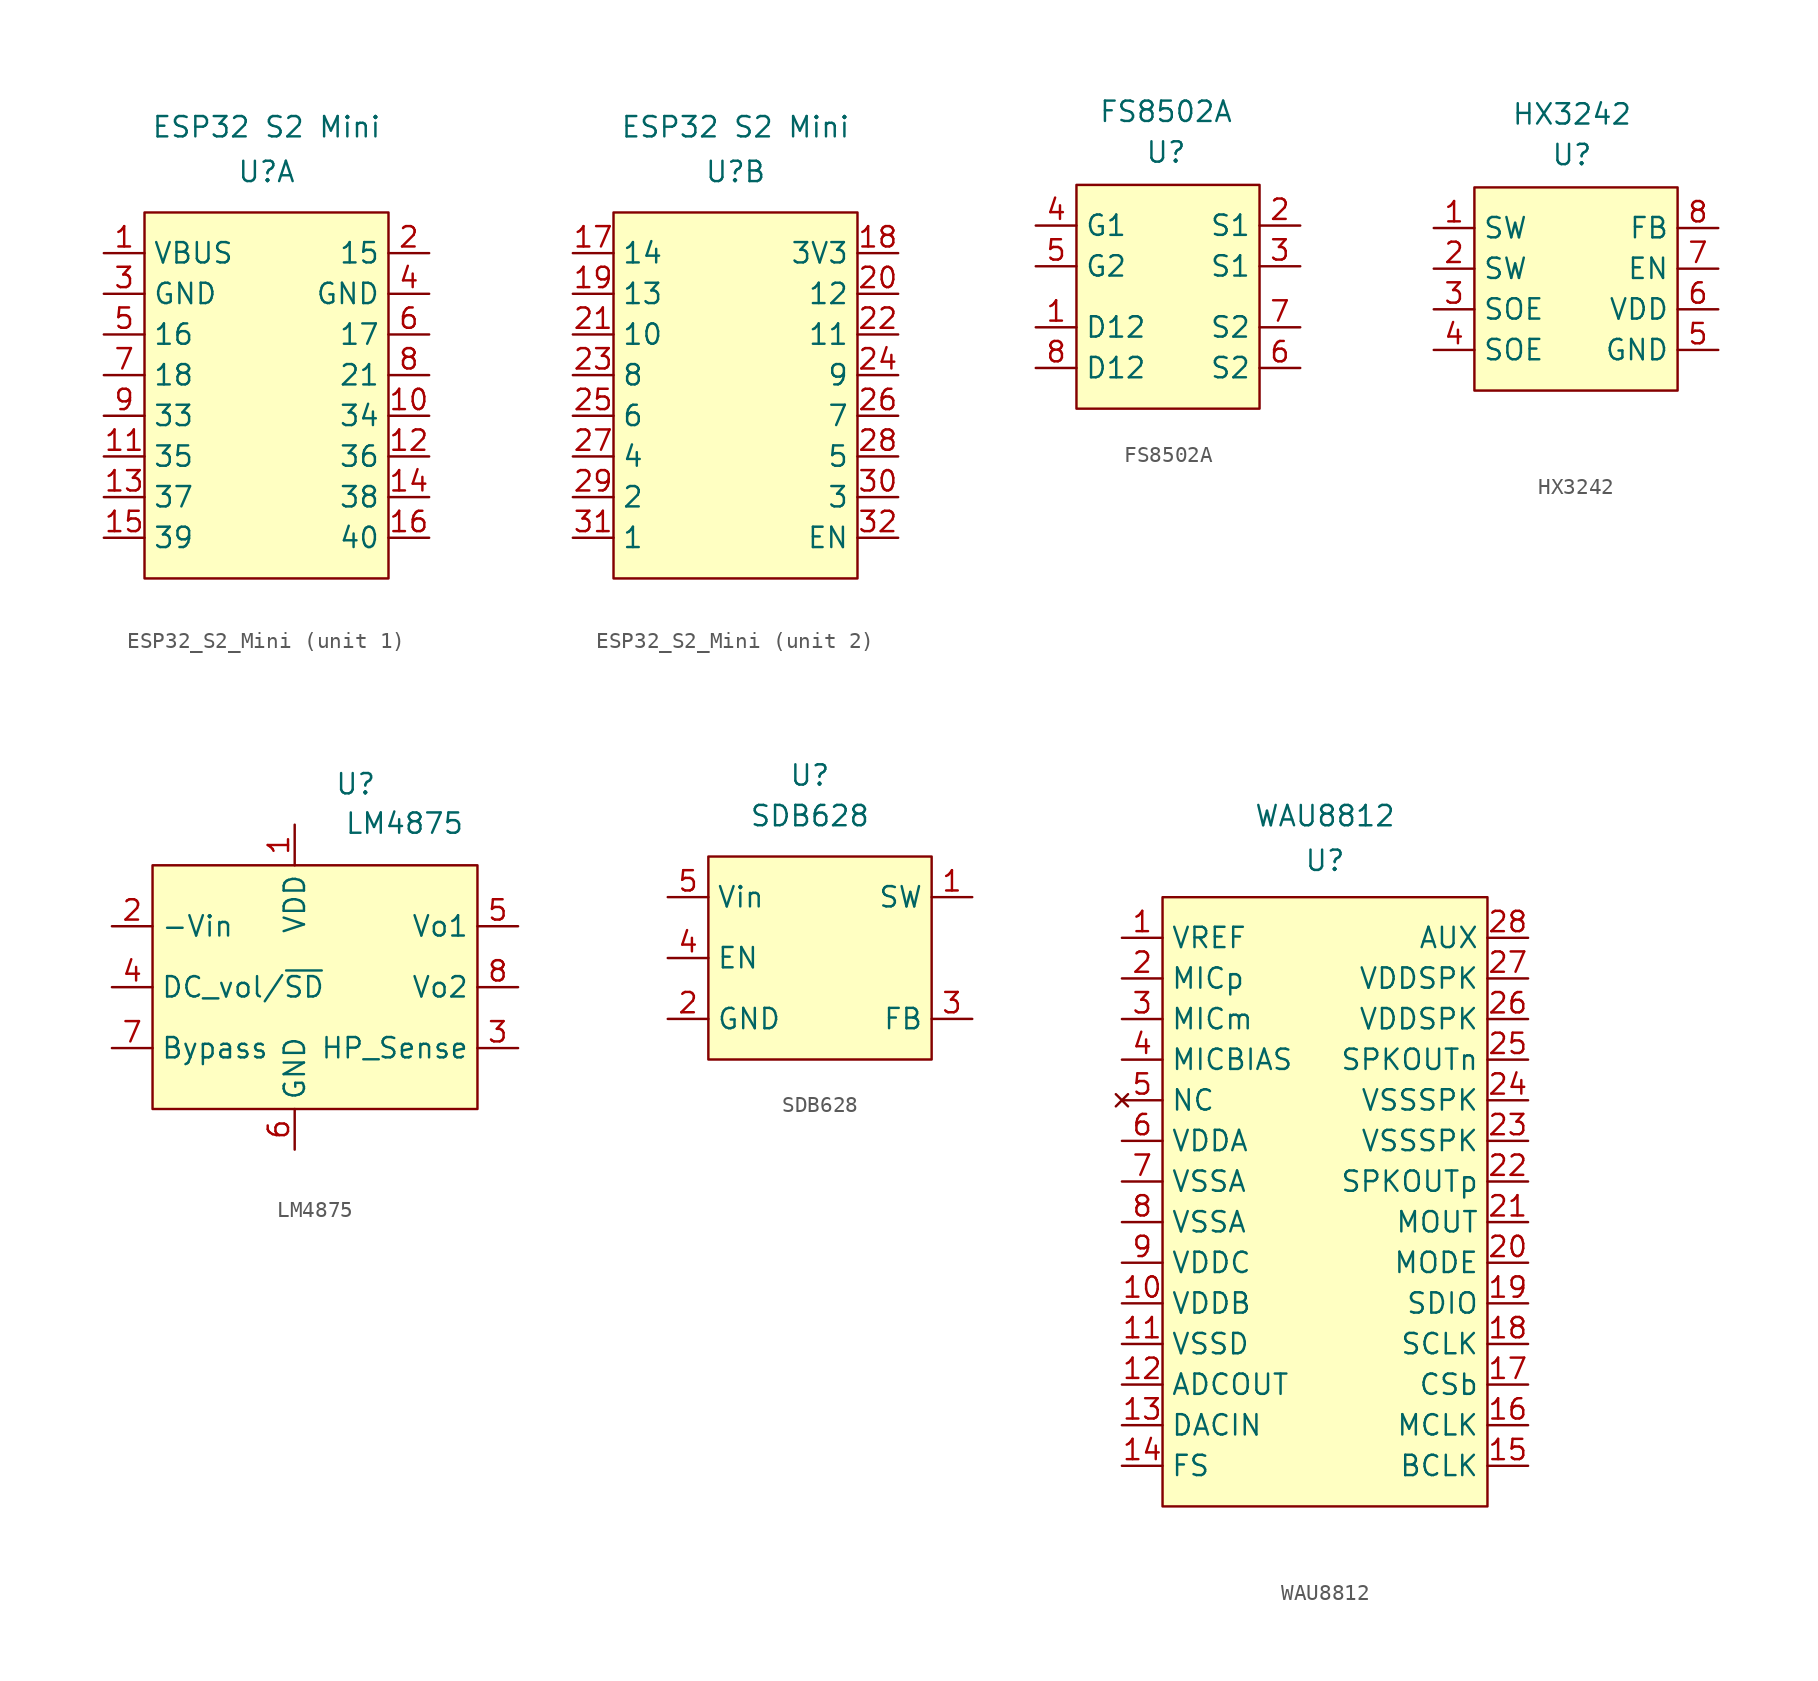
<source format=kicad_sym>
(kicad_symbol_lib
  (version 20241209)
  (generator "kicad_symbol_editor")
  (generator_version "9.0")
  (symbol "ESP32_S2_Mini"
    (property "Reference" "U"
      (at 0 0 0)
      (effects (font (size 1.27 1.27))))
    (property "Value" "ESP32 S2 Mini"
      (at 0 2.794 0)
      (effects (font (size 1.27 1.27))))
    (property "ki_locked" ""
      (at 0 0 0)
      (effects (font (size 1.27 1.27))))
    (symbol "ESP32_S2_Mini_1_1"
      (rectangle (start -7.62 -2.54) (end 7.62 -25.4) (stroke (width 0) (type solid)) (fill (type background)))
      (pin power_in line (at -10.16 -5.08 0) (length 2.54) (name "VBUS" (effects (font (size 1.27 1.27)))) (number "1" (effects (font (size 1.27 1.27)))))
      (pin power_in line (at -10.16 -7.62 0) (length 2.54) (name "GND" (effects (font (size 1.27 1.27)))) (number "3" (effects (font (size 1.27 1.27)))))
      (pin passive line (at -10.16 -10.16 0) (length 2.54) (name "16" (effects (font (size 1.27 1.27)))) (number "5" (effects (font (size 1.27 1.27)))))
      (pin passive line (at -10.16 -12.7 0) (length 2.54) (name "18" (effects (font (size 1.27 1.27)))) (number "7" (effects (font (size 1.27 1.27)))))
      (pin passive line (at -10.16 -15.24 0) (length 2.54) (name "33" (effects (font (size 1.27 1.27)))) (number "9" (effects (font (size 1.27 1.27)))))
      (pin passive line (at -10.16 -17.78 0) (length 2.54) (name "35" (effects (font (size 1.27 1.27)))) (number "11" (effects (font (size 1.27 1.27)))))
      (pin passive line (at -10.16 -20.32 0) (length 2.54) (name "37" (effects (font (size 1.27 1.27)))) (number "13" (effects (font (size 1.27 1.27)))))
      (pin passive line (at -10.16 -22.86 0) (length 2.54) (name "39" (effects (font (size 1.27 1.27)))) (number "15" (effects (font (size 1.27 1.27)))))
      (pin passive line (at 10.16 -5.08 180) (length 2.54) (name "15" (effects (font (size 1.27 1.27)))) (number "2" (effects (font (size 1.27 1.27)))))
      (pin power_in line (at 10.16 -7.62 180) (length 2.54) (name "GND" (effects (font (size 1.27 1.27)))) (number "4" (effects (font (size 1.27 1.27)))))
      (pin passive line (at 10.16 -10.16 180) (length 2.54) (name "17" (effects (font (size 1.27 1.27)))) (number "6" (effects (font (size 1.27 1.27)))))
      (pin passive line (at 10.16 -12.7 180) (length 2.54) (name "21" (effects (font (size 1.27 1.27)))) (number "8" (effects (font (size 1.27 1.27)))))
      (pin passive line (at 10.16 -15.24 180) (length 2.54) (name "34" (effects (font (size 1.27 1.27)))) (number "10" (effects (font (size 1.27 1.27)))))
      (pin passive line (at 10.16 -17.78 180) (length 2.54) (name "36" (effects (font (size 1.27 1.27)))) (number "12" (effects (font (size 1.27 1.27)))))
      (pin passive line (at 10.16 -20.32 180) (length 2.54) (name "38" (effects (font (size 1.27 1.27)))) (number "14" (effects (font (size 1.27 1.27)))))
      (pin passive line (at 10.16 -22.86 180) (length 2.54) (name "40" (effects (font (size 1.27 1.27)))) (number "16" (effects (font (size 1.27 1.27))))))
    (symbol "ESP32_S2_Mini_2_1"
      (rectangle (start -7.62 -2.54) (end 7.62 -25.4) (stroke (width 0) (type solid)) (fill (type background)))
      (pin passive line (at -10.16 -5.08 0) (length 2.54) (name "14" (effects (font (size 1.27 1.27)))) (number "17" (effects (font (size 1.27 1.27)))))
      (pin passive line (at -10.16 -7.62 0) (length 2.54) (name "13" (effects (font (size 1.27 1.27)))) (number "19" (effects (font (size 1.27 1.27)))))
      (pin passive line (at -10.16 -10.16 0) (length 2.54) (name "10" (effects (font (size 1.27 1.27)))) (number "21" (effects (font (size 1.27 1.27)))))
      (pin passive line (at -10.16 -12.7 0) (length 2.54) (name "8" (effects (font (size 1.27 1.27)))) (number "23" (effects (font (size 1.27 1.27)))))
      (pin passive line (at -10.16 -15.24 0) (length 2.54) (name "6" (effects (font (size 1.27 1.27)))) (number "25" (effects (font (size 1.27 1.27)))))
      (pin passive line (at -10.16 -17.78 0) (length 2.54) (name "4" (effects (font (size 1.27 1.27)))) (number "27" (effects (font (size 1.27 1.27)))))
      (pin passive line (at -10.16 -20.32 0) (length 2.54) (name "2" (effects (font (size 1.27 1.27)))) (number "29" (effects (font (size 1.27 1.27)))))
      (pin passive line (at -10.16 -22.86 0) (length 2.54) (name "1" (effects (font (size 1.27 1.27)))) (number "31" (effects (font (size 1.27 1.27)))))
      (pin power_in line (at 10.16 -5.08 180) (length 2.54) (name "3V3" (effects (font (size 1.27 1.27)))) (number "18" (effects (font (size 1.27 1.27)))))
      (pin passive line (at 10.16 -7.62 180) (length 2.54) (name "12" (effects (font (size 1.27 1.27)))) (number "20" (effects (font (size 1.27 1.27)))))
      (pin passive line (at 10.16 -10.16 180) (length 2.54) (name "11" (effects (font (size 1.27 1.27)))) (number "22" (effects (font (size 1.27 1.27)))))
      (pin passive line (at 10.16 -12.7 180) (length 2.54) (name "9" (effects (font (size 1.27 1.27)))) (number "24" (effects (font (size 1.27 1.27)))))
      (pin passive line (at 10.16 -15.24 180) (length 2.54) (name "7" (effects (font (size 1.27 1.27)))) (number "26" (effects (font (size 1.27 1.27)))))
      (pin passive line (at 10.16 -17.78 180) (length 2.54) (name "5" (effects (font (size 1.27 1.27)))) (number "28" (effects (font (size 1.27 1.27)))))
      (pin passive line (at 10.16 -20.32 180) (length 2.54) (name "3" (effects (font (size 1.27 1.27)))) (number "30" (effects (font (size 1.27 1.27)))))
      (pin passive line (at 10.16 -22.86 180) (length 2.54) (name "EN" (effects (font (size 1.27 1.27)))) (number "32" (effects (font (size 1.27 1.27)))))))
  (symbol "FS8502A"
    (property "Reference" "U"
      (at 1.778 0.762 0)
      (effects (font (size 1.27 1.27))))
    (property "Value" "FS8502A"
      (at 1.778 3.302 0)
      (effects (font (size 1.27 1.27))))
    (symbol "FS8502A_1_1"
      (rectangle (start -3.81 -1.27) (end 7.62 -15.24) (stroke (width 0) (type default)) (fill (type background)))
      (pin input line (at -6.35 -3.81 0) (length 2.54) (name "G1" (effects (font (size 1.27 1.27)))) (number "4" (effects (font (size 1.27 1.27)))))
      (pin input line (at -6.35 -6.35 0) (length 2.54) (name "G2" (effects (font (size 1.27 1.27)))) (number "5" (effects (font (size 1.27 1.27)))))
      (pin passive line (at -6.35 -10.16 0) (length 2.54) (name "D12" (effects (font (size 1.27 1.27)))) (number "1" (effects (font (size 1.27 1.27)))))
      (pin passive line (at -6.35 -12.7 0) (length 2.54) (name "D12" (effects (font (size 1.27 1.27)))) (number "8" (effects (font (size 1.27 1.27)))))
      (pin passive line (at 10.16 -3.81 180) (length 2.54) (name "S1" (effects (font (size 1.27 1.27)))) (number "2" (effects (font (size 1.27 1.27)))))
      (pin passive line (at 10.16 -6.35 180) (length 2.54) (name "S1" (effects (font (size 1.27 1.27)))) (number "3" (effects (font (size 1.27 1.27)))))
      (pin passive line (at 10.16 -10.16 180) (length 2.54) (name "S2" (effects (font (size 1.27 1.27)))) (number "7" (effects (font (size 1.27 1.27)))))
      (pin passive line (at 10.16 -12.7 180) (length 2.54) (name "S2" (effects (font (size 1.27 1.27)))) (number "6" (effects (font (size 1.27 1.27)))))))
  (symbol "HX3242"
    (property "Reference" "U"
      (at -0.254 0.762 0)
      (effects (font (size 1.27 1.27))))
    (property "Value" "HX3242"
      (at -0.254 3.302 0)
      (effects (font (size 1.27 1.27))))
    (symbol "HX3242_0_1"
      (rectangle (start -6.35 -1.27) (end 6.35 -13.97) (stroke (width 0) (type default)) (fill (type background))))
    (symbol "HX3242_1_1"
      (pin output line (at -8.89 -3.81 0) (length 2.54) (name "SW" (effects (font (size 1.27 1.27)))) (number "1" (effects (font (size 1.27 1.27)))))
      (pin output line (at -8.89 -6.35 0) (length 2.54) (name "SW" (effects (font (size 1.27 1.27)))) (number "2" (effects (font (size 1.27 1.27)))))
      (pin input line (at -8.89 -8.89 0) (length 2.54) (name "SOE" (effects (font (size 1.27 1.27)))) (number "3" (effects (font (size 1.27 1.27)))))
      (pin input line (at -8.89 -11.43 0) (length 2.54) (name "SOE" (effects (font (size 1.27 1.27)))) (number "4" (effects (font (size 1.27 1.27)))))
      (pin output line (at 0 -16.51 90) (length 2.54) (hide yes) (name "SW" (effects (font (size 1.27 1.27)))) (number "9" (effects (font (size 1.27 1.27)))))
      (pin input line (at 8.89 -3.81 180) (length 2.54) (name "FB" (effects (font (size 1.27 1.27)))) (number "8" (effects (font (size 1.27 1.27)))))
      (pin input line (at 8.89 -6.35 180) (length 2.54) (name "EN" (effects (font (size 1.27 1.27)))) (number "7" (effects (font (size 1.27 1.27)))))
      (pin power_in line (at 8.89 -8.89 180) (length 2.54) (name "VDD" (effects (font (size 1.27 1.27)))) (number "6" (effects (font (size 1.27 1.27)))))
      (pin power_in line (at 8.89 -11.43 180) (length 2.54) (name "GND" (effects (font (size 1.27 1.27)))) (number "5" (effects (font (size 1.27 1.27)))))))
  (symbol "LM4875"
    (property "Reference" "U"
      (at 0 2.54 0)
      (effects (font (size 1.27 1.27))))
    (property "Value" "LM4875"
      (at 3.055 0.076 0)
      (effects (font (size 1.27 1.27))))
    (symbol "LM4875_1_1"
      (rectangle (start -12.7 -2.54) (end 7.62 -17.78) (stroke (width 0) (type default)) (fill (type background)))
      (pin input line (at -15.24 -6.35 0) (length 2.54) (name "-Vin" (effects (font (size 1.27 1.27)))) (number "2" (effects (font (size 1.27 1.27)))))
      (pin input line (at -15.24 -10.16 0) (length 2.54) (name "DC_vol/~{SD}" (effects (font (size 1.27 1.27)))) (number "4" (effects (font (size 1.27 1.27)))))
      (pin passive line (at -15.24 -13.97 0) (length 2.54) (name "Bypass" (effects (font (size 1.27 1.27)))) (number "7" (effects (font (size 1.27 1.27)))))
      (pin power_in line (at -3.81 0 270) (length 2.54) (name "VDD" (effects (font (size 1.27 1.27)))) (number "1" (effects (font (size 1.27 1.27)))))
      (pin power_in line (at -3.81 -20.32 90) (length 2.54) (name "GND" (effects (font (size 1.27 1.27)))) (number "6" (effects (font (size 1.27 1.27)))))
      (pin output line (at 10.16 -6.35 180) (length 2.54) (name "Vo1" (effects (font (size 1.27 1.27)))) (number "5" (effects (font (size 1.27 1.27)))))
      (pin output line (at 10.16 -10.16 180) (length 2.54) (name "Vo2" (effects (font (size 1.27 1.27)))) (number "8" (effects (font (size 1.27 1.27)))))
      (pin input line (at 10.16 -13.97 180) (length 2.54) (name "HP_Sense" (effects (font (size 1.27 1.27)))) (number "3" (effects (font (size 1.27 1.27)))))))
  (symbol "SDB628"
    (property "Reference" "U"
      (at 0 0 0)
      (effects (font (size 1.27 1.27))))
    (property "Value" "SDB628"
      (at 0 -2.54 0)
      (effects (font (size 1.27 1.27))))
    (symbol "SDB628_1_1"
      (rectangle (start -6.35 -5.08) (end 7.62 -17.78) (stroke (width 0) (type default)) (fill (type background)))
      (pin power_in line (at -8.89 -7.62 0) (length 2.54) (name "Vin" (effects (font (size 1.27 1.27)))) (number "5" (effects (font (size 1.27 1.27)))))
      (pin input line (at -8.89 -11.43 0) (length 2.54) (name "EN" (effects (font (size 1.27 1.27)))) (number "4" (effects (font (size 1.27 1.27)))))
      (pin power_in line (at -8.89 -15.24 0) (length 2.54) (name "GND" (effects (font (size 1.27 1.27)))) (number "2" (effects (font (size 1.27 1.27)))))
      (pin passive line (at 10.16 -7.62 180) (length 2.54) (name "SW" (effects (font (size 1.27 1.27)))) (number "1" (effects (font (size 1.27 1.27)))))
      (pin no_connect line (at 10.16 -11.43 180) (length 2.54) (hide yes) (name "NC" (effects (font (size 1.27 1.27)))) (number "6" (effects (font (size 1.27 1.27)))))
      (pin passive line (at 10.16 -15.24 180) (length 2.54) (name "FB" (effects (font (size 1.27 1.27)))) (number "3" (effects (font (size 1.27 1.27)))))))
  (symbol "WAU8812"
    (property "Reference" "U"
      (at 0 -1.524 0)
      (effects (font (size 1.27 1.27))))
    (property "Value" "WAU8812"
      (at 0 1.27 0)
      (effects (font (size 1.27 1.27))))
    (symbol "WAU8812_1_1"
      (rectangle (start -10.16 -3.81) (end 10.16 -41.91) (stroke (width 0) (type solid)) (fill (type background)))
      (pin passive line (at -12.7 -6.35 0) (length 2.54) (name "VREF" (effects (font (size 1.27 1.27)))) (number "1" (effects (font (size 1.27 1.27)))))
      (pin passive line (at -12.7 -8.89 0) (length 2.54) (name "MICp" (effects (font (size 1.27 1.27)))) (number "2" (effects (font (size 1.27 1.27)))))
      (pin passive line (at -12.7 -11.43 0) (length 2.54) (name "MICm" (effects (font (size 1.27 1.27)))) (number "3" (effects (font (size 1.27 1.27)))))
      (pin passive line (at -12.7 -13.97 0) (length 2.54) (name "MICBIAS" (effects (font (size 1.27 1.27)))) (number "4" (effects (font (size 1.27 1.27)))))
      (pin no_connect line (at -12.7 -16.51 0) (length 2.54) (name "NC" (effects (font (size 1.27 1.27)))) (number "5" (effects (font (size 1.27 1.27)))))
      (pin power_in line (at -12.7 -19.05 0) (length 2.54) (name "VDDA" (effects (font (size 1.27 1.27)))) (number "6" (effects (font (size 1.27 1.27)))))
      (pin power_in line (at -12.7 -21.59 0) (length 2.54) (name "VSSA" (effects (font (size 1.27 1.27)))) (number "7" (effects (font (size 1.27 1.27)))))
      (pin power_in line (at -12.7 -24.13 0) (length 2.54) (name "VSSA" (effects (font (size 1.27 1.27)))) (number "8" (effects (font (size 1.27 1.27)))))
      (pin power_in line (at -12.7 -26.67 0) (length 2.54) (name "VDDC" (effects (font (size 1.27 1.27)))) (number "9" (effects (font (size 1.27 1.27)))))
      (pin power_in line (at -12.7 -29.21 0) (length 2.54) (name "VDDB" (effects (font (size 1.27 1.27)))) (number "10" (effects (font (size 1.27 1.27)))))
      (pin power_in line (at -12.7 -31.75 0) (length 2.54) (name "VSSD" (effects (font (size 1.27 1.27)))) (number "11" (effects (font (size 1.27 1.27)))))
      (pin output line (at -12.7 -34.29 0) (length 2.54) (name "ADCOUT" (effects (font (size 1.27 1.27)))) (number "12" (effects (font (size 1.27 1.27)))))
      (pin input line (at -12.7 -36.83 0) (length 2.54) (name "DACIN" (effects (font (size 1.27 1.27)))) (number "13" (effects (font (size 1.27 1.27)))))
      (pin bidirectional line (at -12.7 -39.37 0) (length 2.54) (name "FS" (effects (font (size 1.27 1.27)))) (number "14" (effects (font (size 1.27 1.27)))))
      (pin passive line (at 12.7 -6.35 180) (length 2.54) (name "AUX" (effects (font (size 1.27 1.27)))) (number "28" (effects (font (size 1.27 1.27)))))
      (pin power_in line (at 12.7 -8.89 180) (length 2.54) (name "VDDSPK" (effects (font (size 1.27 1.27)))) (number "27" (effects (font (size 1.27 1.27)))))
      (pin power_in line (at 12.7 -11.43 180) (length 2.54) (name "VDDSPK" (effects (font (size 1.27 1.27)))) (number "26" (effects (font (size 1.27 1.27)))))
      (pin passive line (at 12.7 -13.97 180) (length 2.54) (name "SPKOUTn" (effects (font (size 1.27 1.27)))) (number "25" (effects (font (size 1.27 1.27)))))
      (pin power_in line (at 12.7 -16.51 180) (length 2.54) (name "VSSSPK" (effects (font (size 1.27 1.27)))) (number "24" (effects (font (size 1.27 1.27)))))
      (pin power_in line (at 12.7 -19.05 180) (length 2.54) (name "VSSSPK" (effects (font (size 1.27 1.27)))) (number "23" (effects (font (size 1.27 1.27)))))
      (pin passive line (at 12.7 -21.59 180) (length 2.54) (name "SPKOUTp" (effects (font (size 1.27 1.27)))) (number "22" (effects (font (size 1.27 1.27)))))
      (pin passive line (at 12.7 -24.13 180) (length 2.54) (name "MOUT" (effects (font (size 1.27 1.27)))) (number "21" (effects (font (size 1.27 1.27)))))
      (pin input line (at 12.7 -26.67 180) (length 2.54) (name "MODE" (effects (font (size 1.27 1.27)))) (number "20" (effects (font (size 1.27 1.27)))))
      (pin bidirectional line (at 12.7 -29.21 180) (length 2.54) (name "SDIO" (effects (font (size 1.27 1.27)))) (number "19" (effects (font (size 1.27 1.27)))))
      (pin input line (at 12.7 -31.75 180) (length 2.54) (name "SCLK" (effects (font (size 1.27 1.27)))) (number "18" (effects (font (size 1.27 1.27)))))
      (pin bidirectional line (at 12.7 -34.29 180) (length 2.54) (name "CSb" (effects (font (size 1.27 1.27)))) (number "17" (effects (font (size 1.27 1.27)))))
      (pin input line (at 12.7 -36.83 180) (length 2.54) (name "MCLK" (effects (font (size 1.27 1.27)))) (number "16" (effects (font (size 1.27 1.27)))))
      (pin bidirectional line (at 12.7 -39.37 180) (length 2.54) (name "BCLK" (effects (font (size 1.27 1.27)))) (number "15" (effects (font (size 1.27 1.27))))))))
</source>
